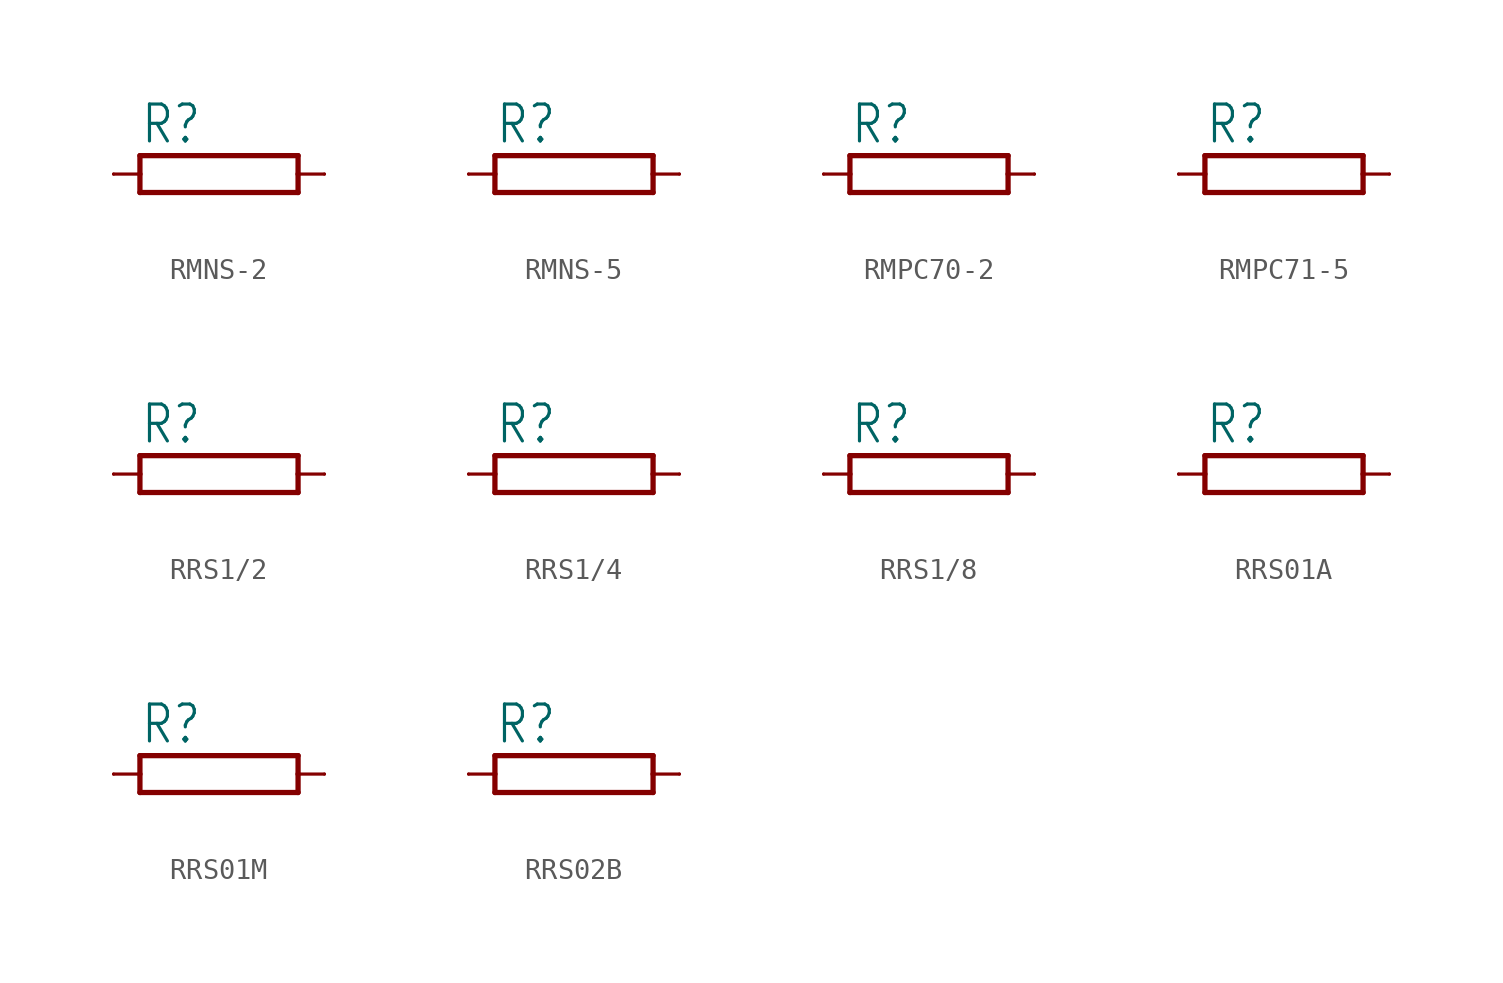
<source format=kicad_sym>
(kicad_symbol_lib
  (version 20220914)
  (generator kicad_symbol_editor)
  (symbol "RMNS-2"
    (property "Reference" "R"
      (at -3.81 1.372 0)
      (effects (font (size 1.778 1.511)) (justify left bottom)))
    (property "Value" ""
      (at -3.81 -2.921 0)
      (effects (font (size 1.778 1.511)) (justify left bottom)))
    (property "ki_locked" ""
      (at 0 0 0)
      (effects (font (size 1.27 1.27))))
    (symbol "RMNS-2_1_0"
      (polyline (pts (xy -5.08 0) (xy -3.81 0)) (stroke (width 0.152) (type solid)) (fill (type none)))
      (polyline (pts (xy -3.81 -0.889) (xy -3.81 0)) (stroke (width 0.254) (type solid)) (fill (type none)))
      (polyline (pts (xy -3.81 -0.889) (xy 3.81 -0.889)) (stroke (width 0.254) (type solid)) (fill (type none)))
      (polyline (pts (xy -3.81 0) (xy -3.81 0.889)) (stroke (width 0.254) (type solid)) (fill (type none)))
      (polyline (pts (xy 3.81 -0.889) (xy 3.81 0)) (stroke (width 0.254) (type solid)) (fill (type none)))
      (polyline (pts (xy 3.81 0) (xy 3.81 0.889)) (stroke (width 0.254) (type solid)) (fill (type none)))
      (polyline (pts (xy 3.81 0) (xy 5.08 0)) (stroke (width 0.152) (type solid)) (fill (type none)))
      (polyline (pts (xy 3.81 0.889) (xy -3.81 0.889)) (stroke (width 0.254) (type solid)) (fill (type none)))
      (pin passive line (at -5.08 0 0) (length 0) (name "1" (effects (font (size 0 0)))) (number "1" (effects (font (size 0 0)))))
      (pin passive line (at 5.08 0 180) (length 0) (name "2" (effects (font (size 0 0)))) (number "2" (effects (font (size 0 0)))))))
  (symbol "RMNS-5"
    (property "Reference" "R"
      (at -3.81 1.372 0)
      (effects (font (size 1.778 1.511)) (justify left bottom)))
    (property "Value" ""
      (at -3.81 -2.921 0)
      (effects (font (size 1.778 1.511)) (justify left bottom)))
    (property "ki_locked" ""
      (at 0 0 0)
      (effects (font (size 1.27 1.27))))
    (symbol "RMNS-5_1_0"
      (polyline (pts (xy -5.08 0) (xy -3.81 0)) (stroke (width 0.152) (type solid)) (fill (type none)))
      (polyline (pts (xy -3.81 -0.889) (xy -3.81 0)) (stroke (width 0.254) (type solid)) (fill (type none)))
      (polyline (pts (xy -3.81 -0.889) (xy 3.81 -0.889)) (stroke (width 0.254) (type solid)) (fill (type none)))
      (polyline (pts (xy -3.81 0) (xy -3.81 0.889)) (stroke (width 0.254) (type solid)) (fill (type none)))
      (polyline (pts (xy 3.81 -0.889) (xy 3.81 0)) (stroke (width 0.254) (type solid)) (fill (type none)))
      (polyline (pts (xy 3.81 0) (xy 3.81 0.889)) (stroke (width 0.254) (type solid)) (fill (type none)))
      (polyline (pts (xy 3.81 0) (xy 5.08 0)) (stroke (width 0.152) (type solid)) (fill (type none)))
      (polyline (pts (xy 3.81 0.889) (xy -3.81 0.889)) (stroke (width 0.254) (type solid)) (fill (type none)))
      (pin passive line (at -5.08 0 0) (length 0) (name "1" (effects (font (size 0 0)))) (number "1" (effects (font (size 0 0)))))
      (pin passive line (at 5.08 0 180) (length 0) (name "2" (effects (font (size 0 0)))) (number "2" (effects (font (size 0 0)))))))
  (symbol "RMPC70-2"
    (property "Reference" "R"
      (at -3.81 1.372 0)
      (effects (font (size 1.778 1.511)) (justify left bottom)))
    (property "Value" ""
      (at -3.81 -2.921 0)
      (effects (font (size 1.778 1.511)) (justify left bottom)))
    (property "ki_locked" ""
      (at 0 0 0)
      (effects (font (size 1.27 1.27))))
    (symbol "RMPC70-2_1_0"
      (polyline (pts (xy -5.08 0) (xy -3.81 0)) (stroke (width 0.152) (type solid)) (fill (type none)))
      (polyline (pts (xy -3.81 -0.889) (xy -3.81 0)) (stroke (width 0.254) (type solid)) (fill (type none)))
      (polyline (pts (xy -3.81 -0.889) (xy 3.81 -0.889)) (stroke (width 0.254) (type solid)) (fill (type none)))
      (polyline (pts (xy -3.81 0) (xy -3.81 0.889)) (stroke (width 0.254) (type solid)) (fill (type none)))
      (polyline (pts (xy 3.81 -0.889) (xy 3.81 0)) (stroke (width 0.254) (type solid)) (fill (type none)))
      (polyline (pts (xy 3.81 0) (xy 3.81 0.889)) (stroke (width 0.254) (type solid)) (fill (type none)))
      (polyline (pts (xy 3.81 0) (xy 5.08 0)) (stroke (width 0.152) (type solid)) (fill (type none)))
      (polyline (pts (xy 3.81 0.889) (xy -3.81 0.889)) (stroke (width 0.254) (type solid)) (fill (type none)))
      (pin passive line (at -5.08 0 0) (length 0) (name "1" (effects (font (size 0 0)))) (number "1" (effects (font (size 0 0)))))
      (pin passive line (at 5.08 0 180) (length 0) (name "2" (effects (font (size 0 0)))) (number "2" (effects (font (size 0 0)))))))
  (symbol "RMPC71-5"
    (property "Reference" "R"
      (at -3.81 1.372 0)
      (effects (font (size 1.778 1.511)) (justify left bottom)))
    (property "Value" ""
      (at -3.81 -2.921 0)
      (effects (font (size 1.778 1.511)) (justify left bottom)))
    (property "ki_locked" ""
      (at 0 0 0)
      (effects (font (size 1.27 1.27))))
    (symbol "RMPC71-5_1_0"
      (polyline (pts (xy -5.08 0) (xy -3.81 0)) (stroke (width 0.152) (type solid)) (fill (type none)))
      (polyline (pts (xy -3.81 -0.889) (xy -3.81 0)) (stroke (width 0.254) (type solid)) (fill (type none)))
      (polyline (pts (xy -3.81 -0.889) (xy 3.81 -0.889)) (stroke (width 0.254) (type solid)) (fill (type none)))
      (polyline (pts (xy -3.81 0) (xy -3.81 0.889)) (stroke (width 0.254) (type solid)) (fill (type none)))
      (polyline (pts (xy 3.81 -0.889) (xy 3.81 0)) (stroke (width 0.254) (type solid)) (fill (type none)))
      (polyline (pts (xy 3.81 0) (xy 3.81 0.889)) (stroke (width 0.254) (type solid)) (fill (type none)))
      (polyline (pts (xy 3.81 0) (xy 5.08 0)) (stroke (width 0.152) (type solid)) (fill (type none)))
      (polyline (pts (xy 3.81 0.889) (xy -3.81 0.889)) (stroke (width 0.254) (type solid)) (fill (type none)))
      (pin passive line (at -5.08 0 0) (length 0) (name "1" (effects (font (size 0 0)))) (number "1" (effects (font (size 0 0)))))
      (pin passive line (at 5.08 0 180) (length 0) (name "2" (effects (font (size 0 0)))) (number "2" (effects (font (size 0 0)))))))
  (symbol "RRS1/2"
    (property "Reference" "R"
      (at -3.81 1.372 0)
      (effects (font (size 1.778 1.511)) (justify left bottom)))
    (property "Value" ""
      (at -3.81 -2.921 0)
      (effects (font (size 1.778 1.511)) (justify left bottom)))
    (property "ki_locked" ""
      (at 0 0 0)
      (effects (font (size 1.27 1.27))))
    (symbol "RRS1/2_1_0"
      (polyline (pts (xy -5.08 0) (xy -3.81 0)) (stroke (width 0.152) (type solid)) (fill (type none)))
      (polyline (pts (xy -3.81 -0.889) (xy -3.81 0)) (stroke (width 0.254) (type solid)) (fill (type none)))
      (polyline (pts (xy -3.81 -0.889) (xy 3.81 -0.889)) (stroke (width 0.254) (type solid)) (fill (type none)))
      (polyline (pts (xy -3.81 0) (xy -3.81 0.889)) (stroke (width 0.254) (type solid)) (fill (type none)))
      (polyline (pts (xy 3.81 -0.889) (xy 3.81 0)) (stroke (width 0.254) (type solid)) (fill (type none)))
      (polyline (pts (xy 3.81 0) (xy 3.81 0.889)) (stroke (width 0.254) (type solid)) (fill (type none)))
      (polyline (pts (xy 3.81 0) (xy 5.08 0)) (stroke (width 0.152) (type solid)) (fill (type none)))
      (polyline (pts (xy 3.81 0.889) (xy -3.81 0.889)) (stroke (width 0.254) (type solid)) (fill (type none)))
      (pin passive line (at -5.08 0 0) (length 0) (name "1" (effects (font (size 0 0)))) (number "1" (effects (font (size 0 0)))))
      (pin passive line (at 5.08 0 180) (length 0) (name "2" (effects (font (size 0 0)))) (number "2" (effects (font (size 0 0)))))))
  (symbol "RRS1/4"
    (property "Reference" "R"
      (at -3.81 1.372 0)
      (effects (font (size 1.778 1.511)) (justify left bottom)))
    (property "Value" ""
      (at -3.81 -2.921 0)
      (effects (font (size 1.778 1.511)) (justify left bottom)))
    (property "ki_locked" ""
      (at 0 0 0)
      (effects (font (size 1.27 1.27))))
    (symbol "RRS1/4_1_0"
      (polyline (pts (xy -5.08 0) (xy -3.81 0)) (stroke (width 0.152) (type solid)) (fill (type none)))
      (polyline (pts (xy -3.81 -0.889) (xy -3.81 0)) (stroke (width 0.254) (type solid)) (fill (type none)))
      (polyline (pts (xy -3.81 -0.889) (xy 3.81 -0.889)) (stroke (width 0.254) (type solid)) (fill (type none)))
      (polyline (pts (xy -3.81 0) (xy -3.81 0.889)) (stroke (width 0.254) (type solid)) (fill (type none)))
      (polyline (pts (xy 3.81 -0.889) (xy 3.81 0)) (stroke (width 0.254) (type solid)) (fill (type none)))
      (polyline (pts (xy 3.81 0) (xy 3.81 0.889)) (stroke (width 0.254) (type solid)) (fill (type none)))
      (polyline (pts (xy 3.81 0) (xy 5.08 0)) (stroke (width 0.152) (type solid)) (fill (type none)))
      (polyline (pts (xy 3.81 0.889) (xy -3.81 0.889)) (stroke (width 0.254) (type solid)) (fill (type none)))
      (pin passive line (at -5.08 0 0) (length 0) (name "1" (effects (font (size 0 0)))) (number "1" (effects (font (size 0 0)))))
      (pin passive line (at 5.08 0 180) (length 0) (name "2" (effects (font (size 0 0)))) (number "2" (effects (font (size 0 0)))))))
  (symbol "RRS1/8"
    (property "Reference" "R"
      (at -3.81 1.372 0)
      (effects (font (size 1.778 1.511)) (justify left bottom)))
    (property "Value" ""
      (at -3.81 -2.921 0)
      (effects (font (size 1.778 1.511)) (justify left bottom)))
    (property "ki_locked" ""
      (at 0 0 0)
      (effects (font (size 1.27 1.27))))
    (symbol "RRS1/8_1_0"
      (polyline (pts (xy -5.08 0) (xy -3.81 0)) (stroke (width 0.152) (type solid)) (fill (type none)))
      (polyline (pts (xy -3.81 -0.889) (xy -3.81 0)) (stroke (width 0.254) (type solid)) (fill (type none)))
      (polyline (pts (xy -3.81 -0.889) (xy 3.81 -0.889)) (stroke (width 0.254) (type solid)) (fill (type none)))
      (polyline (pts (xy -3.81 0) (xy -3.81 0.889)) (stroke (width 0.254) (type solid)) (fill (type none)))
      (polyline (pts (xy 3.81 -0.889) (xy 3.81 0)) (stroke (width 0.254) (type solid)) (fill (type none)))
      (polyline (pts (xy 3.81 0) (xy 3.81 0.889)) (stroke (width 0.254) (type solid)) (fill (type none)))
      (polyline (pts (xy 3.81 0) (xy 5.08 0)) (stroke (width 0.152) (type solid)) (fill (type none)))
      (polyline (pts (xy 3.81 0.889) (xy -3.81 0.889)) (stroke (width 0.254) (type solid)) (fill (type none)))
      (pin passive line (at -5.08 0 0) (length 0) (name "1" (effects (font (size 0 0)))) (number "1" (effects (font (size 0 0)))))
      (pin passive line (at 5.08 0 180) (length 0) (name "2" (effects (font (size 0 0)))) (number "2" (effects (font (size 0 0)))))))
  (symbol "RRS01A"
    (property "Reference" "R"
      (at -3.81 1.372 0)
      (effects (font (size 1.778 1.511)) (justify left bottom)))
    (property "Value" ""
      (at -3.81 -2.921 0)
      (effects (font (size 1.778 1.511)) (justify left bottom)))
    (property "ki_locked" ""
      (at 0 0 0)
      (effects (font (size 1.27 1.27))))
    (symbol "RRS01A_1_0"
      (polyline (pts (xy -5.08 0) (xy -3.81 0)) (stroke (width 0.152) (type solid)) (fill (type none)))
      (polyline (pts (xy -3.81 -0.889) (xy -3.81 0)) (stroke (width 0.254) (type solid)) (fill (type none)))
      (polyline (pts (xy -3.81 -0.889) (xy 3.81 -0.889)) (stroke (width 0.254) (type solid)) (fill (type none)))
      (polyline (pts (xy -3.81 0) (xy -3.81 0.889)) (stroke (width 0.254) (type solid)) (fill (type none)))
      (polyline (pts (xy 3.81 -0.889) (xy 3.81 0)) (stroke (width 0.254) (type solid)) (fill (type none)))
      (polyline (pts (xy 3.81 0) (xy 3.81 0.889)) (stroke (width 0.254) (type solid)) (fill (type none)))
      (polyline (pts (xy 3.81 0) (xy 5.08 0)) (stroke (width 0.152) (type solid)) (fill (type none)))
      (polyline (pts (xy 3.81 0.889) (xy -3.81 0.889)) (stroke (width 0.254) (type solid)) (fill (type none)))
      (pin passive line (at -5.08 0 0) (length 0) (name "1" (effects (font (size 0 0)))) (number "1" (effects (font (size 0 0)))))
      (pin passive line (at 5.08 0 180) (length 0) (name "2" (effects (font (size 0 0)))) (number "2" (effects (font (size 0 0)))))))
  (symbol "RRS01M"
    (property "Reference" "R"
      (at -3.81 1.372 0)
      (effects (font (size 1.778 1.511)) (justify left bottom)))
    (property "Value" ""
      (at -3.81 -2.921 0)
      (effects (font (size 1.778 1.511)) (justify left bottom)))
    (property "ki_locked" ""
      (at 0 0 0)
      (effects (font (size 1.27 1.27))))
    (symbol "RRS01M_1_0"
      (polyline (pts (xy -5.08 0) (xy -3.81 0)) (stroke (width 0.152) (type solid)) (fill (type none)))
      (polyline (pts (xy -3.81 -0.889) (xy -3.81 0)) (stroke (width 0.254) (type solid)) (fill (type none)))
      (polyline (pts (xy -3.81 -0.889) (xy 3.81 -0.889)) (stroke (width 0.254) (type solid)) (fill (type none)))
      (polyline (pts (xy -3.81 0) (xy -3.81 0.889)) (stroke (width 0.254) (type solid)) (fill (type none)))
      (polyline (pts (xy 3.81 -0.889) (xy 3.81 0)) (stroke (width 0.254) (type solid)) (fill (type none)))
      (polyline (pts (xy 3.81 0) (xy 3.81 0.889)) (stroke (width 0.254) (type solid)) (fill (type none)))
      (polyline (pts (xy 3.81 0) (xy 5.08 0)) (stroke (width 0.152) (type solid)) (fill (type none)))
      (polyline (pts (xy 3.81 0.889) (xy -3.81 0.889)) (stroke (width 0.254) (type solid)) (fill (type none)))
      (pin passive line (at -5.08 0 0) (length 0) (name "1" (effects (font (size 0 0)))) (number "1" (effects (font (size 0 0)))))
      (pin passive line (at 5.08 0 180) (length 0) (name "2" (effects (font (size 0 0)))) (number "2" (effects (font (size 0 0)))))))
  (symbol "RRS02B"
    (property "Reference" "R"
      (at -3.81 1.372 0)
      (effects (font (size 1.778 1.511)) (justify left bottom)))
    (property "Value" ""
      (at -3.81 -2.921 0)
      (effects (font (size 1.778 1.511)) (justify left bottom)))
    (property "ki_locked" ""
      (at 0 0 0)
      (effects (font (size 1.27 1.27))))
    (symbol "RRS02B_1_0"
      (polyline (pts (xy -5.08 0) (xy -3.81 0)) (stroke (width 0.152) (type solid)) (fill (type none)))
      (polyline (pts (xy -3.81 -0.889) (xy -3.81 0)) (stroke (width 0.254) (type solid)) (fill (type none)))
      (polyline (pts (xy -3.81 -0.889) (xy 3.81 -0.889)) (stroke (width 0.254) (type solid)) (fill (type none)))
      (polyline (pts (xy -3.81 0) (xy -3.81 0.889)) (stroke (width 0.254) (type solid)) (fill (type none)))
      (polyline (pts (xy 3.81 -0.889) (xy 3.81 0)) (stroke (width 0.254) (type solid)) (fill (type none)))
      (polyline (pts (xy 3.81 0) (xy 3.81 0.889)) (stroke (width 0.254) (type solid)) (fill (type none)))
      (polyline (pts (xy 3.81 0) (xy 5.08 0)) (stroke (width 0.152) (type solid)) (fill (type none)))
      (polyline (pts (xy 3.81 0.889) (xy -3.81 0.889)) (stroke (width 0.254) (type solid)) (fill (type none)))
      (pin passive line (at -5.08 0 0) (length 0) (name "1" (effects (font (size 0 0)))) (number "1" (effects (font (size 0 0)))))
      (pin passive line (at 5.08 0 180) (length 0) (name "2" (effects (font (size 0 0)))) (number "2" (effects (font (size 0 0))))))))
</source>
